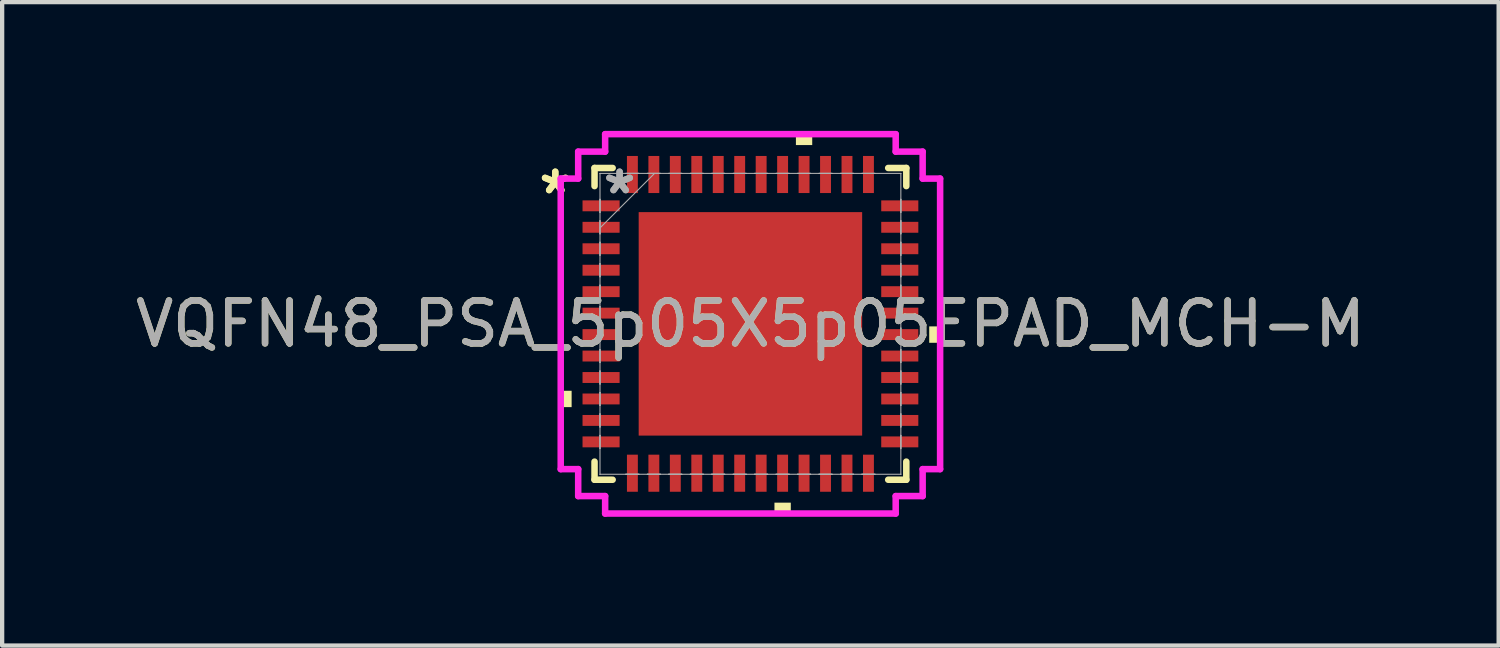
<source format=kicad_pcb>
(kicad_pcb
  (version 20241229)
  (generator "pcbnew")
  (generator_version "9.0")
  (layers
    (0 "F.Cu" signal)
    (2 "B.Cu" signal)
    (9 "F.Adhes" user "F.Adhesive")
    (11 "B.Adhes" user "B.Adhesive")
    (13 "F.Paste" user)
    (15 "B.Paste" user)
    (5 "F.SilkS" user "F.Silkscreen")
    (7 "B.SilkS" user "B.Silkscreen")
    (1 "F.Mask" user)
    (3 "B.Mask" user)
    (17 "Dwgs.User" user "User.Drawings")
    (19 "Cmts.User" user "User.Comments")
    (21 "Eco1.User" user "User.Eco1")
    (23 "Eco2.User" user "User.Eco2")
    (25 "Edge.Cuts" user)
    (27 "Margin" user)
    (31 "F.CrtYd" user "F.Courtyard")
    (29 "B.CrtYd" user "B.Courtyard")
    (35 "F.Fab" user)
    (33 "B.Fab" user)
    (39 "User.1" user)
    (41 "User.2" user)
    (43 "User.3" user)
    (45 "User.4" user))
  (footprint "VQFN48_PSA_5p05X5p05EPAD_MCH-M"
    (layer "F.Cu")
    (at 14.435 4.496)
    (property "Reference" "VQFN48_PSA_5p05X5p05EPAD_MCH-M" (at 0 0 0) (unlocked yes) (layer "F.SilkS") (effects (font (size 1 1) (thickness 0.15))))
    (attr smd)
    (fp_line (start -3.632 -3.632) (end -3.632 -3.21) (stroke (width 0.152) (type solid)) (layer "F.SilkS"))
    (fp_line (start -3.632 3.21) (end -3.632 3.632) (stroke (width 0.152) (type solid)) (layer "F.SilkS"))
    (fp_line (start -3.632 3.632) (end -3.21 3.632) (stroke (width 0.152) (type solid)) (layer "F.SilkS"))
    (fp_line (start -3.21 -3.632) (end -3.632 -3.632) (stroke (width 0.152) (type solid)) (layer "F.SilkS"))
    (fp_line (start 3.21 3.632) (end 3.632 3.632) (stroke (width 0.152) (type solid)) (layer "F.SilkS"))
    (fp_line (start 3.632 -3.632) (end 3.21 -3.632) (stroke (width 0.152) (type solid)) (layer "F.SilkS"))
    (fp_line (start 3.632 -3.21) (end 3.632 -3.632) (stroke (width 0.152) (type solid)) (layer "F.SilkS"))
    (fp_line (start 3.632 3.632) (end 3.632 3.21) (stroke (width 0.152) (type solid)) (layer "F.SilkS"))
    (fp_poly (pts (xy -4.42 1.559) (xy -4.42 1.94) (xy -4.166 1.94) (xy -4.166 1.559)) (stroke (width 0) (type solid)) (fill yes) (layer "F.SilkS"))
    (fp_poly (pts (xy 0.56 4.166) (xy 0.56 4.42) (xy 0.941 4.42) (xy 0.941 4.166)) (stroke (width 0) (type solid)) (fill yes) (layer "F.SilkS"))
    (fp_poly (pts (xy 1.06 -4.166) (xy 1.06 -4.42) (xy 1.44 -4.42) (xy 1.44 -4.166)) (stroke (width 0) (type solid)) (fill yes) (layer "F.SilkS"))
    (fp_poly (pts (xy 4.42 0.059) (xy 4.42 0.441) (xy 4.166 0.441) (xy 4.166 0.059)) (stroke (width 0) (type solid)) (fill yes) (layer "F.SilkS"))
    (fp_poly (pts (xy -2.503 -2.503) (xy -2.503 -1.402) (xy -1.402 -1.402) (xy -1.402 -2.503)) (stroke (width 0) (type solid)) (fill yes) (layer "F.Paste"))
    (fp_poly (pts (xy -2.503 -1.202) (xy -2.503 -0.1) (xy -1.402 -0.1) (xy -1.402 -1.202)) (stroke (width 0) (type solid)) (fill yes) (layer "F.Paste"))
    (fp_poly (pts (xy -2.503 0.1) (xy -2.503 1.202) (xy -1.402 1.202) (xy -1.402 0.1)) (stroke (width 0) (type solid)) (fill yes) (layer "F.Paste"))
    (fp_poly (pts (xy -2.503 1.402) (xy -2.503 2.503) (xy -1.402 2.503) (xy -1.402 1.402)) (stroke (width 0) (type solid)) (fill yes) (layer "F.Paste"))
    (fp_poly (pts (xy -1.202 -2.503) (xy -1.202 -1.402) (xy -0.1 -1.402) (xy -0.1 -2.503)) (stroke (width 0) (type solid)) (fill yes) (layer "F.Paste"))
    (fp_poly (pts (xy -1.202 -1.202) (xy -1.202 -0.1) (xy -0.1 -0.1) (xy -0.1 -1.202)) (stroke (width 0) (type solid)) (fill yes) (layer "F.Paste"))
    (fp_poly (pts (xy -1.202 0.1) (xy -1.202 1.202) (xy -0.1 1.202) (xy -0.1 0.1)) (stroke (width 0) (type solid)) (fill yes) (layer "F.Paste"))
    (fp_poly (pts (xy -1.202 1.402) (xy -1.202 2.503) (xy -0.1 2.503) (xy -0.1 1.402)) (stroke (width 0) (type solid)) (fill yes) (layer "F.Paste"))
    (fp_poly (pts (xy 0.1 -2.503) (xy 0.1 -1.402) (xy 1.202 -1.402) (xy 1.202 -2.503)) (stroke (width 0) (type solid)) (fill yes) (layer "F.Paste"))
    (fp_poly (pts (xy 0.1 -1.202) (xy 0.1 -0.1) (xy 1.202 -0.1) (xy 1.202 -1.202)) (stroke (width 0) (type solid)) (fill yes) (layer "F.Paste"))
    (fp_poly (pts (xy 0.1 0.1) (xy 0.1 1.202) (xy 1.202 1.202) (xy 1.202 0.1)) (stroke (width 0) (type solid)) (fill yes) (layer "F.Paste"))
    (fp_poly (pts (xy 0.1 1.402) (xy 0.1 2.503) (xy 1.202 2.503) (xy 1.202 1.402)) (stroke (width 0) (type solid)) (fill yes) (layer "F.Paste"))
    (fp_poly (pts (xy 1.402 -2.503) (xy 1.402 -1.402) (xy 2.503 -1.402) (xy 2.503 -2.503)) (stroke (width 0) (type solid)) (fill yes) (layer "F.Paste"))
    (fp_poly (pts (xy 1.402 -1.202) (xy 1.402 -0.1) (xy 2.503 -0.1) (xy 2.503 -1.202)) (stroke (width 0) (type solid)) (fill yes) (layer "F.Paste"))
    (fp_poly (pts (xy 1.402 0.1) (xy 1.402 1.202) (xy 2.503 1.202) (xy 2.503 0.1)) (stroke (width 0) (type solid)) (fill yes) (layer "F.Paste"))
    (fp_poly (pts (xy 1.402 1.402) (xy 1.402 2.503) (xy 2.503 2.503) (xy 2.503 1.402)) (stroke (width 0) (type solid)) (fill yes) (layer "F.Paste"))
    (fp_line (start -4.42 -3.385) (end -4.013 -3.385) (stroke (width 0.152) (type solid)) (layer "F.CrtYd"))
    (fp_line (start -4.42 3.385) (end -4.42 -3.385) (stroke (width 0.152) (type solid)) (layer "F.CrtYd"))
    (fp_line (start -4.013 -4.013) (end -3.385 -4.013) (stroke (width 0.152) (type solid)) (layer "F.CrtYd"))
    (fp_line (start -4.013 -3.385) (end -4.013 -4.013) (stroke (width 0.152) (type solid)) (layer "F.CrtYd"))
    (fp_line (start -4.013 3.385) (end -4.42 3.385) (stroke (width 0.152) (type solid)) (layer "F.CrtYd"))
    (fp_line (start -4.013 4.013) (end -4.013 3.385) (stroke (width 0.152) (type solid)) (layer "F.CrtYd"))
    (fp_line (start -3.385 -4.42) (end 3.385 -4.42) (stroke (width 0.152) (type solid)) (layer "F.CrtYd"))
    (fp_line (start -3.385 -4.013) (end -3.385 -4.42) (stroke (width 0.152) (type solid)) (layer "F.CrtYd"))
    (fp_line (start -3.385 4.013) (end -4.013 4.013) (stroke (width 0.152) (type solid)) (layer "F.CrtYd"))
    (fp_line (start -3.385 4.42) (end -3.385 4.013) (stroke (width 0.152) (type solid)) (layer "F.CrtYd"))
    (fp_line (start 3.385 -4.42) (end 3.385 -4.013) (stroke (width 0.152) (type solid)) (layer "F.CrtYd"))
    (fp_line (start 3.385 -4.013) (end 4.013 -4.013) (stroke (width 0.152) (type solid)) (layer "F.CrtYd"))
    (fp_line (start 3.385 4.013) (end 3.385 4.42) (stroke (width 0.152) (type solid)) (layer "F.CrtYd"))
    (fp_line (start 3.385 4.42) (end -3.385 4.42) (stroke (width 0.152) (type solid)) (layer "F.CrtYd"))
    (fp_line (start 4.013 -4.013) (end 4.013 -3.385) (stroke (width 0.152) (type solid)) (layer "F.CrtYd"))
    (fp_line (start 4.013 -3.385) (end 4.42 -3.385) (stroke (width 0.152) (type solid)) (layer "F.CrtYd"))
    (fp_line (start 4.013 3.385) (end 4.013 4.013) (stroke (width 0.152) (type solid)) (layer "F.CrtYd"))
    (fp_line (start 4.013 4.013) (end 3.385 4.013) (stroke (width 0.152) (type solid)) (layer "F.CrtYd"))
    (fp_line (start 4.42 -3.385) (end 4.42 3.385) (stroke (width 0.152) (type solid)) (layer "F.CrtYd"))
    (fp_line (start 4.42 3.385) (end 4.013 3.385) (stroke (width 0.152) (type solid)) (layer "F.CrtYd"))
    (fp_line (start -3.505 -3.505) (end -3.505 -3.505) (stroke (width 0.025) (type solid)) (layer "F.Fab"))
    (fp_line (start -3.505 -3.505) (end -3.505 3.505) (stroke (width 0.025) (type solid)) (layer "F.Fab"))
    (fp_line (start -3.505 -2.902) (end -3.505 -2.902) (stroke (width 0.025) (type solid)) (layer "F.Fab"))
    (fp_line (start -3.505 -2.902) (end -3.505 -2.598) (stroke (width 0.025) (type solid)) (layer "F.Fab"))
    (fp_line (start -3.505 -2.598) (end -3.505 -2.902) (stroke (width 0.025) (type solid)) (layer "F.Fab"))
    (fp_line (start -3.505 -2.598) (end -3.505 -2.598) (stroke (width 0.025) (type solid)) (layer "F.Fab"))
    (fp_line (start -3.505 -2.402) (end -3.505 -2.402) (stroke (width 0.025) (type solid)) (layer "F.Fab"))
    (fp_line (start -3.505 -2.402) (end -3.505 -2.098) (stroke (width 0.025) (type solid)) (layer "F.Fab"))
    (fp_line (start -3.505 -2.235) (end -2.235 -3.505) (stroke (width 0.025) (type solid)) (layer "F.Fab"))
    (fp_line (start -3.505 -2.098) (end -3.505 -2.402) (stroke (width 0.025) (type solid)) (layer "F.Fab"))
    (fp_line (start -3.505 -2.098) (end -3.505 -2.098) (stroke (width 0.025) (type solid)) (layer "F.Fab"))
    (fp_line (start -3.505 -1.902) (end -3.505 -1.902) (stroke (width 0.025) (type solid)) (layer "F.Fab"))
    (fp_line (start -3.505 -1.902) (end -3.505 -1.598) (stroke (width 0.025) (type solid)) (layer "F.Fab"))
    (fp_line (start -3.505 -1.598) (end -3.505 -1.902) (stroke (width 0.025) (type solid)) (layer "F.Fab"))
    (fp_line (start -3.505 -1.598) (end -3.505 -1.598) (stroke (width 0.025) (type solid)) (layer "F.Fab"))
    (fp_line (start -3.505 -1.402) (end -3.505 -1.402) (stroke (width 0.025) (type solid)) (layer "F.Fab"))
    (fp_line (start -3.505 -1.402) (end -3.505 -1.098) (stroke (width 0.025) (type solid)) (layer "F.Fab"))
    (fp_line (start -3.505 -1.098) (end -3.505 -1.402) (stroke (width 0.025) (type solid)) (layer "F.Fab"))
    (fp_line (start -3.505 -1.098) (end -3.505 -1.098) (stroke (width 0.025) (type solid)) (layer "F.Fab"))
    (fp_line (start -3.505 -0.902) (end -3.505 -0.902) (stroke (width 0.025) (type solid)) (layer "F.Fab"))
    (fp_line (start -3.505 -0.902) (end -3.505 -0.598) (stroke (width 0.025) (type solid)) (layer "F.Fab"))
    (fp_line (start -3.505 -0.598) (end -3.505 -0.902) (stroke (width 0.025) (type solid)) (layer "F.Fab"))
    (fp_line (start -3.505 -0.598) (end -3.505 -0.598) (stroke (width 0.025) (type solid)) (layer "F.Fab"))
    (fp_line (start -3.505 -0.402) (end -3.505 -0.402) (stroke (width 0.025) (type solid)) (layer "F.Fab"))
    (fp_line (start -3.505 -0.402) (end -3.505 -0.098) (stroke (width 0.025) (type solid)) (layer "F.Fab"))
    (fp_line (start -3.505 -0.098) (end -3.505 -0.402) (stroke (width 0.025) (type solid)) (layer "F.Fab"))
    (fp_line (start -3.505 -0.098) (end -3.505 -0.098) (stroke (width 0.025) (type solid)) (layer "F.Fab"))
    (fp_line (start -3.505 0.098) (end -3.505 0.098) (stroke (width 0.025) (type solid)) (layer "F.Fab"))
    (fp_line (start -3.505 0.098) (end -3.505 0.402) (stroke (width 0.025) (type solid)) (layer "F.Fab"))
    (fp_line (start -3.505 0.402) (end -3.505 0.098) (stroke (width 0.025) (type solid)) (layer "F.Fab"))
    (fp_line (start -3.505 0.402) (end -3.505 0.402) (stroke (width 0.025) (type solid)) (layer "F.Fab"))
    (fp_line (start -3.505 0.598) (end -3.505 0.598) (stroke (width 0.025) (type solid)) (layer "F.Fab"))
    (fp_line (start -3.505 0.598) (end -3.505 0.902) (stroke (width 0.025) (type solid)) (layer "F.Fab"))
    (fp_line (start -3.505 0.902) (end -3.505 0.598) (stroke (width 0.025) (type solid)) (layer "F.Fab"))
    (fp_line (start -3.505 0.902) (end -3.505 0.902) (stroke (width 0.025) (type solid)) (layer "F.Fab"))
    (fp_line (start -3.505 1.098) (end -3.505 1.098) (stroke (width 0.025) (type solid)) (layer "F.Fab"))
    (fp_line (start -3.505 1.098) (end -3.505 1.402) (stroke (width 0.025) (type solid)) (layer "F.Fab"))
    (fp_line (start -3.505 1.402) (end -3.505 1.098) (stroke (width 0.025) (type solid)) (layer "F.Fab"))
    (fp_line (start -3.505 1.402) (end -3.505 1.402) (stroke (width 0.025) (type solid)) (layer "F.Fab"))
    (fp_line (start -3.505 1.598) (end -3.505 1.598) (stroke (width 0.025) (type solid)) (layer "F.Fab"))
    (fp_line (start -3.505 1.598) (end -3.505 1.902) (stroke (width 0.025) (type solid)) (layer "F.Fab"))
    (fp_line (start -3.505 1.902) (end -3.505 1.598) (stroke (width 0.025) (type solid)) (layer "F.Fab"))
    (fp_line (start -3.505 1.902) (end -3.505 1.902) (stroke (width 0.025) (type solid)) (layer "F.Fab"))
    (fp_line (start -3.505 2.098) (end -3.505 2.098) (stroke (width 0.025) (type solid)) (layer "F.Fab"))
    (fp_line (start -3.505 2.098) (end -3.505 2.402) (stroke (width 0.025) (type solid)) (layer "F.Fab"))
    (fp_line (start -3.505 2.402) (end -3.505 2.098) (stroke (width 0.025) (type solid)) (layer "F.Fab"))
    (fp_line (start -3.505 2.402) (end -3.505 2.402) (stroke (width 0.025) (type solid)) (layer "F.Fab"))
    (fp_line (start -3.505 2.598) (end -3.505 2.598) (stroke (width 0.025) (type solid)) (layer "F.Fab"))
    (fp_line (start -3.505 2.598) (end -3.505 2.902) (stroke (width 0.025) (type solid)) (layer "F.Fab"))
    (fp_line (start -3.505 2.902) (end -3.505 2.598) (stroke (width 0.025) (type solid)) (layer "F.Fab"))
    (fp_line (start -3.505 2.902) (end -3.505 2.902) (stroke (width 0.025) (type solid)) (layer "F.Fab"))
    (fp_line (start -3.505 3.505) (end -3.505 3.505) (stroke (width 0.025) (type solid)) (layer "F.Fab"))
    (fp_line (start -3.505 3.505) (end 3.505 3.505) (stroke (width 0.025) (type solid)) (layer "F.Fab"))
    (fp_line (start -2.902 -3.505) (end -2.902 -3.505) (stroke (width 0.025) (type solid)) (layer "F.Fab"))
    (fp_line (start -2.902 -3.505) (end -2.598 -3.505) (stroke (width 0.025) (type solid)) (layer "F.Fab"))
    (fp_line (start -2.902 3.505) (end -2.902 3.505) (stroke (width 0.025) (type solid)) (layer "F.Fab"))
    (fp_line (start -2.902 3.505) (end -2.598 3.505) (stroke (width 0.025) (type solid)) (layer "F.Fab"))
    (fp_line (start -2.598 -3.505) (end -2.902 -3.505) (stroke (width 0.025) (type solid)) (layer "F.Fab"))
    (fp_line (start -2.598 -3.505) (end -2.598 -3.505) (stroke (width 0.025) (type solid)) (layer "F.Fab"))
    (fp_line (start -2.598 3.505) (end -2.902 3.505) (stroke (width 0.025) (type solid)) (layer "F.Fab"))
    (fp_line (start -2.598 3.505) (end -2.598 3.505) (stroke (width 0.025) (type solid)) (layer "F.Fab"))
    (fp_line (start -2.402 -3.505) (end -2.402 -3.505) (stroke (width 0.025) (type solid)) (layer "F.Fab"))
    (fp_line (start -2.402 -3.505) (end -2.098 -3.505) (stroke (width 0.025) (type solid)) (layer "F.Fab"))
    (fp_line (start -2.402 3.505) (end -2.402 3.505) (stroke (width 0.025) (type solid)) (layer "F.Fab"))
    (fp_line (start -2.402 3.505) (end -2.098 3.505) (stroke (width 0.025) (type solid)) (layer "F.Fab"))
    (fp_line (start -2.098 -3.505) (end -2.402 -3.505) (stroke (width 0.025) (type solid)) (layer "F.Fab"))
    (fp_line (start -2.098 -3.505) (end -2.098 -3.505) (stroke (width 0.025) (type solid)) (layer "F.Fab"))
    (fp_line (start -2.098 3.505) (end -2.402 3.505) (stroke (width 0.025) (type solid)) (layer "F.Fab"))
    (fp_line (start -2.098 3.505) (end -2.098 3.505) (stroke (width 0.025) (type solid)) (layer "F.Fab"))
    (fp_line (start -1.902 -3.505) (end -1.902 -3.505) (stroke (width 0.025) (type solid)) (layer "F.Fab"))
    (fp_line (start -1.902 -3.505) (end -1.598 -3.505) (stroke (width 0.025) (type solid)) (layer "F.Fab"))
    (fp_line (start -1.902 3.505) (end -1.902 3.505) (stroke (width 0.025) (type solid)) (layer "F.Fab"))
    (fp_line (start -1.902 3.505) (end -1.598 3.505) (stroke (width 0.025) (type solid)) (layer "F.Fab"))
    (fp_line (start -1.598 -3.505) (end -1.902 -3.505) (stroke (width 0.025) (type solid)) (layer "F.Fab"))
    (fp_line (start -1.598 -3.505) (end -1.598 -3.505) (stroke (width 0.025) (type solid)) (layer "F.Fab"))
    (fp_line (start -1.598 3.505) (end -1.902 3.505) (stroke (width 0.025) (type solid)) (layer "F.Fab"))
    (fp_line (start -1.598 3.505) (end -1.598 3.505) (stroke (width 0.025) (type solid)) (layer "F.Fab"))
    (fp_line (start -1.402 -3.505) (end -1.402 -3.505) (stroke (width 0.025) (type solid)) (layer "F.Fab"))
    (fp_line (start -1.402 -3.505) (end -1.098 -3.505) (stroke (width 0.025) (type solid)) (layer "F.Fab"))
    (fp_line (start -1.402 3.505) (end -1.402 3.505) (stroke (width 0.025) (type solid)) (layer "F.Fab"))
    (fp_line (start -1.402 3.505) (end -1.098 3.505) (stroke (width 0.025) (type solid)) (layer "F.Fab"))
    (fp_line (start -1.098 -3.505) (end -1.402 -3.505) (stroke (width 0.025) (type solid)) (layer "F.Fab"))
    (fp_line (start -1.098 -3.505) (end -1.098 -3.505) (stroke (width 0.025) (type solid)) (layer "F.Fab"))
    (fp_line (start -1.098 3.505) (end -1.402 3.505) (stroke (width 0.025) (type solid)) (layer "F.Fab"))
    (fp_line (start -1.098 3.505) (end -1.098 3.505) (stroke (width 0.025) (type solid)) (layer "F.Fab"))
    (fp_line (start -0.902 -3.505) (end -0.902 -3.505) (stroke (width 0.025) (type solid)) (layer "F.Fab"))
    (fp_line (start -0.902 -3.505) (end -0.598 -3.505) (stroke (width 0.025) (type solid)) (layer "F.Fab"))
    (fp_line (start -0.902 3.505) (end -0.902 3.505) (stroke (width 0.025) (type solid)) (layer "F.Fab"))
    (fp_line (start -0.902 3.505) (end -0.598 3.505) (stroke (width 0.025) (type solid)) (layer "F.Fab"))
    (fp_line (start -0.598 -3.505) (end -0.902 -3.505) (stroke (width 0.025) (type solid)) (layer "F.Fab"))
    (fp_line (start -0.598 -3.505) (end -0.598 -3.505) (stroke (width 0.025) (type solid)) (layer "F.Fab"))
    (fp_line (start -0.598 3.505) (end -0.902 3.505) (stroke (width 0.025) (type solid)) (layer "F.Fab"))
    (fp_line (start -0.598 3.505) (end -0.598 3.505) (stroke (width 0.025) (type solid)) (layer "F.Fab"))
    (fp_line (start -0.402 -3.505) (end -0.402 -3.505) (stroke (width 0.025) (type solid)) (layer "F.Fab"))
    (fp_line (start -0.402 -3.505) (end -0.098 -3.505) (stroke (width 0.025) (type solid)) (layer "F.Fab"))
    (fp_line (start -0.402 3.505) (end -0.402 3.505) (stroke (width 0.025) (type solid)) (layer "F.Fab"))
    (fp_line (start -0.402 3.505) (end -0.098 3.505) (stroke (width 0.025) (type solid)) (layer "F.Fab"))
    (fp_line (start -0.098 -3.505) (end -0.402 -3.505) (stroke (width 0.025) (type solid)) (layer "F.Fab"))
    (fp_line (start -0.098 -3.505) (end -0.098 -3.505) (stroke (width 0.025) (type solid)) (layer "F.Fab"))
    (fp_line (start -0.098 3.505) (end -0.402 3.505) (stroke (width 0.025) (type solid)) (layer "F.Fab"))
    (fp_line (start -0.098 3.505) (end -0.098 3.505) (stroke (width 0.025) (type solid)) (layer "F.Fab"))
    (fp_line (start 0.098 -3.505) (end 0.098 -3.505) (stroke (width 0.025) (type solid)) (layer "F.Fab"))
    (fp_line (start 0.098 -3.505) (end 0.402 -3.505) (stroke (width 0.025) (type solid)) (layer "F.Fab"))
    (fp_line (start 0.098 3.505) (end 0.098 3.505) (stroke (width 0.025) (type solid)) (layer "F.Fab"))
    (fp_line (start 0.098 3.505) (end 0.402 3.505) (stroke (width 0.025) (type solid)) (layer "F.Fab"))
    (fp_line (start 0.402 -3.505) (end 0.098 -3.505) (stroke (width 0.025) (type solid)) (layer "F.Fab"))
    (fp_line (start 0.402 -3.505) (end 0.402 -3.505) (stroke (width 0.025) (type solid)) (layer "F.Fab"))
    (fp_line (start 0.402 3.505) (end 0.098 3.505) (stroke (width 0.025) (type solid)) (layer "F.Fab"))
    (fp_line (start 0.402 3.505) (end 0.402 3.505) (stroke (width 0.025) (type solid)) (layer "F.Fab"))
    (fp_line (start 0.598 -3.505) (end 0.598 -3.505) (stroke (width 0.025) (type solid)) (layer "F.Fab"))
    (fp_line (start 0.598 -3.505) (end 0.902 -3.505) (stroke (width 0.025) (type solid)) (layer "F.Fab"))
    (fp_line (start 0.598 3.505) (end 0.598 3.505) (stroke (width 0.025) (type solid)) (layer "F.Fab"))
    (fp_line (start 0.598 3.505) (end 0.902 3.505) (stroke (width 0.025) (type solid)) (layer "F.Fab"))
    (fp_line (start 0.902 -3.505) (end 0.598 -3.505) (stroke (width 0.025) (type solid)) (layer "F.Fab"))
    (fp_line (start 0.902 -3.505) (end 0.902 -3.505) (stroke (width 0.025) (type solid)) (layer "F.Fab"))
    (fp_line (start 0.902 3.505) (end 0.598 3.505) (stroke (width 0.025) (type solid)) (layer "F.Fab"))
    (fp_line (start 0.902 3.505) (end 0.902 3.505) (stroke (width 0.025) (type solid)) (layer "F.Fab"))
    (fp_line (start 1.098 -3.505) (end 1.098 -3.505) (stroke (width 0.025) (type solid)) (layer "F.Fab"))
    (fp_line (start 1.098 -3.505) (end 1.402 -3.505) (stroke (width 0.025) (type solid)) (layer "F.Fab"))
    (fp_line (start 1.098 3.505) (end 1.098 3.505) (stroke (width 0.025) (type solid)) (layer "F.Fab"))
    (fp_line (start 1.098 3.505) (end 1.402 3.505) (stroke (width 0.025) (type solid)) (layer "F.Fab"))
    (fp_line (start 1.402 -3.505) (end 1.098 -3.505) (stroke (width 0.025) (type solid)) (layer "F.Fab"))
    (fp_line (start 1.402 -3.505) (end 1.402 -3.505) (stroke (width 0.025) (type solid)) (layer "F.Fab"))
    (fp_line (start 1.402 3.505) (end 1.098 3.505) (stroke (width 0.025) (type solid)) (layer "F.Fab"))
    (fp_line (start 1.402 3.505) (end 1.402 3.505) (stroke (width 0.025) (type solid)) (layer "F.Fab"))
    (fp_line (start 1.598 -3.505) (end 1.598 -3.505) (stroke (width 0.025) (type solid)) (layer "F.Fab"))
    (fp_line (start 1.598 -3.505) (end 1.902 -3.505) (stroke (width 0.025) (type solid)) (layer "F.Fab"))
    (fp_line (start 1.598 3.505) (end 1.598 3.505) (stroke (width 0.025) (type solid)) (layer "F.Fab"))
    (fp_line (start 1.598 3.505) (end 1.902 3.505) (stroke (width 0.025) (type solid)) (layer "F.Fab"))
    (fp_line (start 1.902 -3.505) (end 1.598 -3.505) (stroke (width 0.025) (type solid)) (layer "F.Fab"))
    (fp_line (start 1.902 -3.505) (end 1.902 -3.505) (stroke (width 0.025) (type solid)) (layer "F.Fab"))
    (fp_line (start 1.902 3.505) (end 1.598 3.505) (stroke (width 0.025) (type solid)) (layer "F.Fab"))
    (fp_line (start 1.902 3.505) (end 1.902 3.505) (stroke (width 0.025) (type solid)) (layer "F.Fab"))
    (fp_line (start 2.098 -3.505) (end 2.098 -3.505) (stroke (width 0.025) (type solid)) (layer "F.Fab"))
    (fp_line (start 2.098 -3.505) (end 2.402 -3.505) (stroke (width 0.025) (type solid)) (layer "F.Fab"))
    (fp_line (start 2.098 3.505) (end 2.098 3.505) (stroke (width 0.025) (type solid)) (layer "F.Fab"))
    (fp_line (start 2.098 3.505) (end 2.402 3.505) (stroke (width 0.025) (type solid)) (layer "F.Fab"))
    (fp_line (start 2.402 -3.505) (end 2.098 -3.505) (stroke (width 0.025) (type solid)) (layer "F.Fab"))
    (fp_line (start 2.402 -3.505) (end 2.402 -3.505) (stroke (width 0.025) (type solid)) (layer "F.Fab"))
    (fp_line (start 2.402 3.505) (end 2.098 3.505) (stroke (width 0.025) (type solid)) (layer "F.Fab"))
    (fp_line (start 2.402 3.505) (end 2.402 3.505) (stroke (width 0.025) (type solid)) (layer "F.Fab"))
    (fp_line (start 2.598 -3.505) (end 2.598 -3.505) (stroke (width 0.025) (type solid)) (layer "F.Fab"))
    (fp_line (start 2.598 -3.505) (end 2.902 -3.505) (stroke (width 0.025) (type solid)) (layer "F.Fab"))
    (fp_line (start 2.598 3.505) (end 2.598 3.505) (stroke (width 0.025) (type solid)) (layer "F.Fab"))
    (fp_line (start 2.598 3.505) (end 2.902 3.505) (stroke (width 0.025) (type solid)) (layer "F.Fab"))
    (fp_line (start 2.902 -3.505) (end 2.598 -3.505) (stroke (width 0.025) (type solid)) (layer "F.Fab"))
    (fp_line (start 2.902 -3.505) (end 2.902 -3.505) (stroke (width 0.025) (type solid)) (layer "F.Fab"))
    (fp_line (start 2.902 3.505) (end 2.598 3.505) (stroke (width 0.025) (type solid)) (layer "F.Fab"))
    (fp_line (start 2.902 3.505) (end 2.902 3.505) (stroke (width 0.025) (type solid)) (layer "F.Fab"))
    (fp_line (start 3.505 -3.505) (end -3.505 -3.505) (stroke (width 0.025) (type solid)) (layer "F.Fab"))
    (fp_line (start 3.505 -3.505) (end 3.505 -3.505) (stroke (width 0.025) (type solid)) (layer "F.Fab"))
    (fp_line (start 3.505 -2.902) (end 3.505 -2.902) (stroke (width 0.025) (type solid)) (layer "F.Fab"))
    (fp_line (start 3.505 -2.902) (end 3.505 -2.598) (stroke (width 0.025) (type solid)) (layer "F.Fab"))
    (fp_line (start 3.505 -2.598) (end 3.505 -2.902) (stroke (width 0.025) (type solid)) (layer "F.Fab"))
    (fp_line (start 3.505 -2.598) (end 3.505 -2.598) (stroke (width 0.025) (type solid)) (layer "F.Fab"))
    (fp_line (start 3.505 -2.402) (end 3.505 -2.402) (stroke (width 0.025) (type solid)) (layer "F.Fab"))
    (fp_line (start 3.505 -2.402) (end 3.505 -2.098) (stroke (width 0.025) (type solid)) (layer "F.Fab"))
    (fp_line (start 3.505 -2.098) (end 3.505 -2.402) (stroke (width 0.025) (type solid)) (layer "F.Fab"))
    (fp_line (start 3.505 -2.098) (end 3.505 -2.098) (stroke (width 0.025) (type solid)) (layer "F.Fab"))
    (fp_line (start 3.505 -1.902) (end 3.505 -1.902) (stroke (width 0.025) (type solid)) (layer "F.Fab"))
    (fp_line (start 3.505 -1.902) (end 3.505 -1.598) (stroke (width 0.025) (type solid)) (layer "F.Fab"))
    (fp_line (start 3.505 -1.598) (end 3.505 -1.902) (stroke (width 0.025) (type solid)) (layer "F.Fab"))
    (fp_line (start 3.505 -1.598) (end 3.505 -1.598) (stroke (width 0.025) (type solid)) (layer "F.Fab"))
    (fp_line (start 3.505 -1.402) (end 3.505 -1.402) (stroke (width 0.025) (type solid)) (layer "F.Fab"))
    (fp_line (start 3.505 -1.402) (end 3.505 -1.098) (stroke (width 0.025) (type solid)) (layer "F.Fab"))
    (fp_line (start 3.505 -1.098) (end 3.505 -1.402) (stroke (width 0.025) (type solid)) (layer "F.Fab"))
    (fp_line (start 3.505 -1.098) (end 3.505 -1.098) (stroke (width 0.025) (type solid)) (layer "F.Fab"))
    (fp_line (start 3.505 -0.902) (end 3.505 -0.902) (stroke (width 0.025) (type solid)) (layer "F.Fab"))
    (fp_line (start 3.505 -0.902) (end 3.505 -0.598) (stroke (width 0.025) (type solid)) (layer "F.Fab"))
    (fp_line (start 3.505 -0.598) (end 3.505 -0.902) (stroke (width 0.025) (type solid)) (layer "F.Fab"))
    (fp_line (start 3.505 -0.598) (end 3.505 -0.598) (stroke (width 0.025) (type solid)) (layer "F.Fab"))
    (fp_line (start 3.505 -0.402) (end 3.505 -0.402) (stroke (width 0.025) (type solid)) (layer "F.Fab"))
    (fp_line (start 3.505 -0.402) (end 3.505 -0.098) (stroke (width 0.025) (type solid)) (layer "F.Fab"))
    (fp_line (start 3.505 -0.098) (end 3.505 -0.402) (stroke (width 0.025) (type solid)) (layer "F.Fab"))
    (fp_line (start 3.505 -0.098) (end 3.505 -0.098) (stroke (width 0.025) (type solid)) (layer "F.Fab"))
    (fp_line (start 3.505 0.098) (end 3.505 0.098) (stroke (width 0.025) (type solid)) (layer "F.Fab"))
    (fp_line (start 3.505 0.098) (end 3.505 0.402) (stroke (width 0.025) (type solid)) (layer "F.Fab"))
    (fp_line (start 3.505 0.402) (end 3.505 0.098) (stroke (width 0.025) (type solid)) (layer "F.Fab"))
    (fp_line (start 3.505 0.402) (end 3.505 0.402) (stroke (width 0.025) (type solid)) (layer "F.Fab"))
    (fp_line (start 3.505 0.598) (end 3.505 0.598) (stroke (width 0.025) (type solid)) (layer "F.Fab"))
    (fp_line (start 3.505 0.598) (end 3.505 0.902) (stroke (width 0.025) (type solid)) (layer "F.Fab"))
    (fp_line (start 3.505 0.902) (end 3.505 0.598) (stroke (width 0.025) (type solid)) (layer "F.Fab"))
    (fp_line (start 3.505 0.902) (end 3.505 0.902) (stroke (width 0.025) (type solid)) (layer "F.Fab"))
    (fp_line (start 3.505 1.098) (end 3.505 1.098) (stroke (width 0.025) (type solid)) (layer "F.Fab"))
    (fp_line (start 3.505 1.098) (end 3.505 1.402) (stroke (width 0.025) (type solid)) (layer "F.Fab"))
    (fp_line (start 3.505 1.402) (end 3.505 1.098) (stroke (width 0.025) (type solid)) (layer "F.Fab"))
    (fp_line (start 3.505 1.402) (end 3.505 1.402) (stroke (width 0.025) (type solid)) (layer "F.Fab"))
    (fp_line (start 3.505 1.598) (end 3.505 1.598) (stroke (width 0.025) (type solid)) (layer "F.Fab"))
    (fp_line (start 3.505 1.598) (end 3.505 1.902) (stroke (width 0.025) (type solid)) (layer "F.Fab"))
    (fp_line (start 3.505 1.902) (end 3.505 1.598) (stroke (width 0.025) (type solid)) (layer "F.Fab"))
    (fp_line (start 3.505 1.902) (end 3.505 1.902) (stroke (width 0.025) (type solid)) (layer "F.Fab"))
    (fp_line (start 3.505 2.098) (end 3.505 2.098) (stroke (width 0.025) (type solid)) (layer "F.Fab"))
    (fp_line (start 3.505 2.098) (end 3.505 2.402) (stroke (width 0.025) (type solid)) (layer "F.Fab"))
    (fp_line (start 3.505 2.402) (end 3.505 2.098) (stroke (width 0.025) (type solid)) (layer "F.Fab"))
    (fp_line (start 3.505 2.402) (end 3.505 2.402) (stroke (width 0.025) (type solid)) (layer "F.Fab"))
    (fp_line (start 3.505 2.598) (end 3.505 2.598) (stroke (width 0.025) (type solid)) (layer "F.Fab"))
    (fp_line (start 3.505 2.598) (end 3.505 2.902) (stroke (width 0.025) (type solid)) (layer "F.Fab"))
    (fp_line (start 3.505 2.902) (end 3.505 2.598) (stroke (width 0.025) (type solid)) (layer "F.Fab"))
    (fp_line (start 3.505 2.902) (end 3.505 2.902) (stroke (width 0.025) (type solid)) (layer "F.Fab"))
    (fp_line (start 3.505 3.505) (end 3.505 -3.505) (stroke (width 0.025) (type solid)) (layer "F.Fab"))
    (fp_line (start 3.505 3.505) (end 3.505 3.505) (stroke (width 0.025) (type solid)) (layer "F.Fab"))
    (fp_text user "*" (at -4.547 -3 0) (unlocked yes) (layer "F.SilkS") (effects (font (size 1 1) (thickness 0.15))))
    (fp_text user "*" (at -4.547 -3 0) (layer "F.SilkS") (effects (font (size 1 1) (thickness 0.15))))
    (fp_text user "*" (at -3.048 -3 0) (layer "F.Fab") (effects (font (size 1 1) (thickness 0.15))))
    (fp_text user "*" (at -3.048 -3 0) (unlocked yes) (layer "F.Fab") (effects (font (size 1 1) (thickness 0.15))))
    (fp_text user "${REFERENCE}" (at 0 0 0) (unlocked yes) (layer "F.Fab") (effects (font (size 1 1) (thickness 0.15))))
    (pad "1" smd rect (at -3.48 -2.75 90) (size 0.254 0.864) (layers "F.Cu" "F.Mask" "F.Paste"))
    (pad "2" smd rect (at -3.48 -2.25 90) (size 0.254 0.864) (layers "F.Cu" "F.Mask" "F.Paste"))
    (pad "3" smd rect (at -3.48 -1.75 90) (size 0.254 0.864) (layers "F.Cu" "F.Mask" "F.Paste"))
    (pad "4" smd rect (at -3.48 -1.25 90) (size 0.254 0.864) (layers "F.Cu" "F.Mask" "F.Paste"))
    (pad "5" smd rect (at -3.48 -0.75 90) (size 0.254 0.864) (layers "F.Cu" "F.Mask" "F.Paste"))
    (pad "6" smd rect (at -3.48 -0.25 90) (size 0.254 0.864) (layers "F.Cu" "F.Mask" "F.Paste"))
    (pad "7" smd rect (at -3.48 0.25 90) (size 0.254 0.864) (layers "F.Cu" "F.Mask" "F.Paste"))
    (pad "8" smd rect (at -3.48 0.75 90) (size 0.254 0.864) (layers "F.Cu" "F.Mask" "F.Paste"))
    (pad "9" smd rect (at -3.48 1.25 90) (size 0.254 0.864) (layers "F.Cu" "F.Mask" "F.Paste"))
    (pad "10" smd rect (at -3.48 1.75 90) (size 0.254 0.864) (layers "F.Cu" "F.Mask" "F.Paste"))
    (pad "11" smd rect (at -3.48 2.25 90) (size 0.254 0.864) (layers "F.Cu" "F.Mask" "F.Paste"))
    (pad "12" smd rect (at -3.48 2.75 90) (size 0.254 0.864) (layers "F.Cu" "F.Mask" "F.Paste"))
    (pad "13" smd rect (at -2.75 3.48) (size 0.254 0.864) (layers "F.Cu" "F.Mask" "F.Paste"))
    (pad "14" smd rect (at -2.25 3.48) (size 0.254 0.864) (layers "F.Cu" "F.Mask" "F.Paste"))
    (pad "15" smd rect (at -1.75 3.48) (size 0.254 0.864) (layers "F.Cu" "F.Mask" "F.Paste"))
    (pad "16" smd rect (at -1.25 3.48) (size 0.254 0.864) (layers "F.Cu" "F.Mask" "F.Paste"))
    (pad "17" smd rect (at -0.75 3.48) (size 0.254 0.864) (layers "F.Cu" "F.Mask" "F.Paste"))
    (pad "18" smd rect (at -0.25 3.48) (size 0.254 0.864) (layers "F.Cu" "F.Mask" "F.Paste"))
    (pad "19" smd rect (at 0.25 3.48) (size 0.254 0.864) (layers "F.Cu" "F.Mask" "F.Paste"))
    (pad "20" smd rect (at 0.75 3.48) (size 0.254 0.864) (layers "F.Cu" "F.Mask" "F.Paste"))
    (pad "21" smd rect (at 1.25 3.48) (size 0.254 0.864) (layers "F.Cu" "F.Mask" "F.Paste"))
    (pad "22" smd rect (at 1.75 3.48) (size 0.254 0.864) (layers "F.Cu" "F.Mask" "F.Paste"))
    (pad "23" smd rect (at 2.25 3.48) (size 0.254 0.864) (layers "F.Cu" "F.Mask" "F.Paste"))
    (pad "24" smd rect (at 2.75 3.48) (size 0.254 0.864) (layers "F.Cu" "F.Mask" "F.Paste"))
    (pad "25" smd rect (at 3.48 2.75 90) (size 0.254 0.864) (layers "F.Cu" "F.Mask" "F.Paste"))
    (pad "26" smd rect (at 3.48 2.25 90) (size 0.254 0.864) (layers "F.Cu" "F.Mask" "F.Paste"))
    (pad "27" smd rect (at 3.48 1.75 90) (size 0.254 0.864) (layers "F.Cu" "F.Mask" "F.Paste"))
    (pad "28" smd rect (at 3.48 1.25 90) (size 0.254 0.864) (layers "F.Cu" "F.Mask" "F.Paste"))
    (pad "29" smd rect (at 3.48 0.75 90) (size 0.254 0.864) (layers "F.Cu" "F.Mask" "F.Paste"))
    (pad "30" smd rect (at 3.48 0.25 90) (size 0.254 0.864) (layers "F.Cu" "F.Mask" "F.Paste"))
    (pad "31" smd rect (at 3.48 -0.25 90) (size 0.254 0.864) (layers "F.Cu" "F.Mask" "F.Paste"))
    (pad "32" smd rect (at 3.48 -0.75 90) (size 0.254 0.864) (layers "F.Cu" "F.Mask" "F.Paste"))
    (pad "33" smd rect (at 3.48 -1.25 90) (size 0.254 0.864) (layers "F.Cu" "F.Mask" "F.Paste"))
    (pad "34" smd rect (at 3.48 -1.75 90) (size 0.254 0.864) (layers "F.Cu" "F.Mask" "F.Paste"))
    (pad "35" smd rect (at 3.48 -2.25 90) (size 0.254 0.864) (layers "F.Cu" "F.Mask" "F.Paste"))
    (pad "36" smd rect (at 3.48 -2.75 90) (size 0.254 0.864) (layers "F.Cu" "F.Mask" "F.Paste"))
    (pad "37" smd rect (at 2.75 -3.48) (size 0.254 0.864) (layers "F.Cu" "F.Mask" "F.Paste"))
    (pad "38" smd rect (at 2.25 -3.48) (size 0.254 0.864) (layers "F.Cu" "F.Mask" "F.Paste"))
    (pad "39" smd rect (at 1.75 -3.48) (size 0.254 0.864) (layers "F.Cu" "F.Mask" "F.Paste"))
    (pad "40" smd rect (at 1.25 -3.48) (size 0.254 0.864) (layers "F.Cu" "F.Mask" "F.Paste"))
    (pad "41" smd rect (at 0.75 -3.48) (size 0.254 0.864) (layers "F.Cu" "F.Mask" "F.Paste"))
    (pad "42" smd rect (at 0.25 -3.48) (size 0.254 0.864) (layers "F.Cu" "F.Mask" "F.Paste"))
    (pad "43" smd rect (at -0.25 -3.48) (size 0.254 0.864) (layers "F.Cu" "F.Mask" "F.Paste"))
    (pad "44" smd rect (at -0.75 -3.48) (size 0.254 0.864) (layers "F.Cu" "F.Mask" "F.Paste"))
    (pad "45" smd rect (at -1.25 -3.48) (size 0.254 0.864) (layers "F.Cu" "F.Mask" "F.Paste"))
    (pad "46" smd rect (at -1.75 -3.48) (size 0.254 0.864) (layers "F.Cu" "F.Mask" "F.Paste"))
    (pad "47" smd rect (at -2.25 -3.48) (size 0.254 0.864) (layers "F.Cu" "F.Mask" "F.Paste"))
    (pad "48" smd rect (at -2.75 -3.48) (size 0.254 0.864) (layers "F.Cu" "F.Mask" "F.Paste"))
    (pad "49" smd rect (at 0 0) (size 5.207 5.207) (layers "F.Cu" "F.Mask" "F.Paste")))
  (gr_rect
    (start -3 -3)
    (end 31.869 11.992)
    (stroke (width 0.1) (type default))
    (fill no)
    (layer "Edge.Cuts")))
</source>
